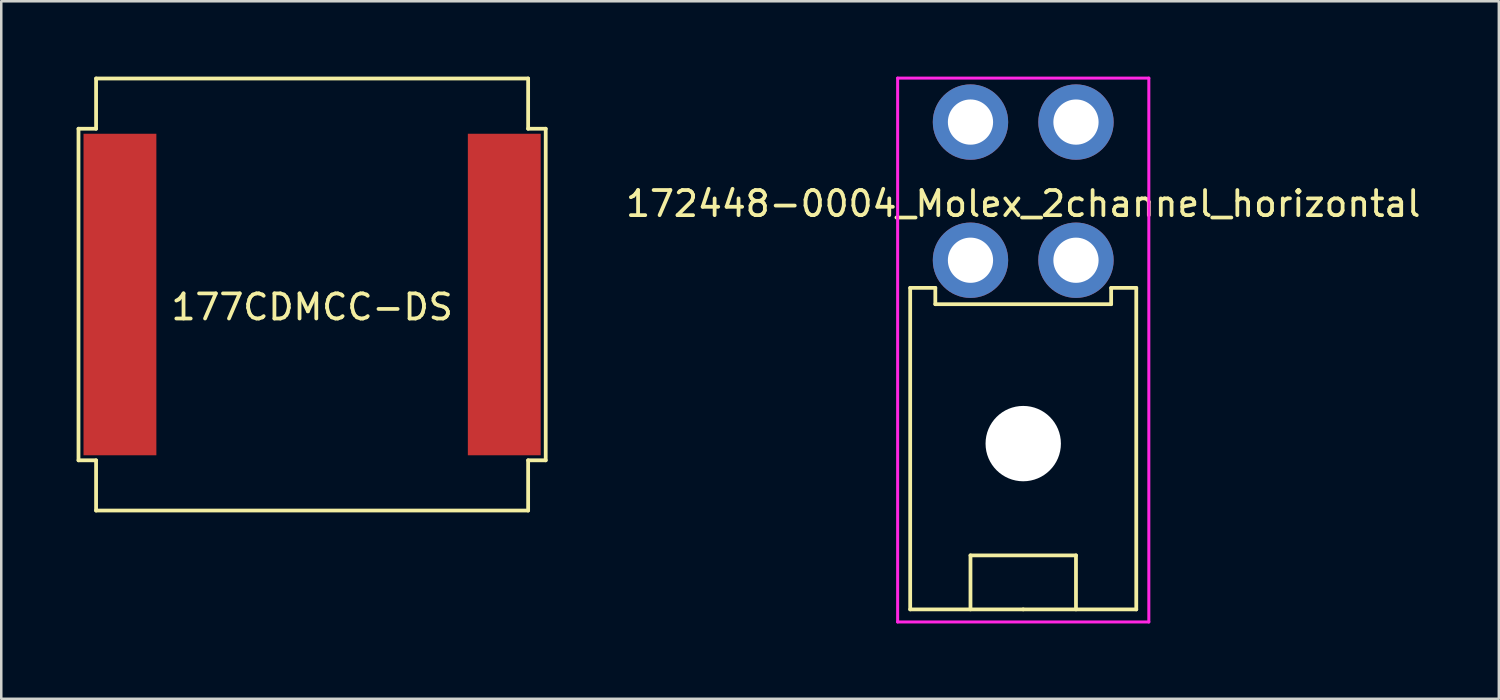
<source format=kicad_pcb>
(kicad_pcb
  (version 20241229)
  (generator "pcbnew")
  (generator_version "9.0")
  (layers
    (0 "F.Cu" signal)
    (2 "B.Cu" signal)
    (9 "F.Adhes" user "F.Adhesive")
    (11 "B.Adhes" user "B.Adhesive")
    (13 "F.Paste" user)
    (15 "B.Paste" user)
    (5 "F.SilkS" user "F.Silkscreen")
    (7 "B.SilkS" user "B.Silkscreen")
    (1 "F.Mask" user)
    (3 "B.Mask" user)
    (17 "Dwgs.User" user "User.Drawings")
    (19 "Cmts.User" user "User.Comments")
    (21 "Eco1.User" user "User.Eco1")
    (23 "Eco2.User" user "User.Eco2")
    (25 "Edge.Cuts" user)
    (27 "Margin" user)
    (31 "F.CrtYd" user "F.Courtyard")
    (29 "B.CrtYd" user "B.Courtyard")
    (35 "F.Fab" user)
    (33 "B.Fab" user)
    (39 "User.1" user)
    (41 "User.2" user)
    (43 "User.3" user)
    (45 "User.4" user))
  (footprint "177CDMCC-DS"
    (layer "F.Cu")
    (at 9.375 8.675)
    (property "Reference" "177CDMCC-DS" (at 0 0.5 0) (layer "F.SilkS") (effects (font (size 1 1) (thickness 0.15))))
    (attr through_hole)
    (fp_line (start -9.3 -6.6) (end -8.6 -6.6) (stroke (width 0.15) (type solid)) (layer "F.SilkS"))
    (fp_line (start -9.3 6.6) (end -9.3 -6.6) (stroke (width 0.15) (type solid)) (layer "F.SilkS"))
    (fp_line (start -8.6 -8.6) (end 8.6 -8.6) (stroke (width 0.15) (type solid)) (layer "F.SilkS"))
    (fp_line (start -8.6 -6.6) (end -8.6 -8.6) (stroke (width 0.15) (type solid)) (layer "F.SilkS"))
    (fp_line (start -8.6 6.6) (end -9.3 6.6) (stroke (width 0.15) (type solid)) (layer "F.SilkS"))
    (fp_line (start -8.6 8.6) (end -8.6 6.6) (stroke (width 0.15) (type solid)) (layer "F.SilkS"))
    (fp_line (start 8.6 -8.6) (end 8.6 -6.6) (stroke (width 0.15) (type solid)) (layer "F.SilkS"))
    (fp_line (start 8.6 -6.6) (end 9.3 -6.6) (stroke (width 0.15) (type solid)) (layer "F.SilkS"))
    (fp_line (start 8.6 6.6) (end 8.6 8.6) (stroke (width 0.15) (type solid)) (layer "F.SilkS"))
    (fp_line (start 8.6 8.6) (end -8.6 8.6) (stroke (width 0.15) (type solid)) (layer "F.SilkS"))
    (fp_line (start 9.3 -6.6) (end 9.3 6.6) (stroke (width 0.15) (type solid)) (layer "F.SilkS"))
    (fp_line (start 9.3 6.6) (end 8.6 6.6) (stroke (width 0.15) (type solid)) (layer "F.SilkS"))
    (pad "1" smd rect (at 7.65 0) (size 2.9 12.8) (layers "F.Cu" "F.Mask" "F.Paste"))
    (pad "2" smd rect (at -7.65 0) (size 2.9 12.8) (layers "F.Cu" "F.Mask" "F.Paste")))
  (footprint "172448-0004_Molex_2channel_horizontal"
    (layer "F.Cu")
    (at 37.685 4.56)
    (property "Reference" "172448-0004_Molex_2channel_horizontal" (at 0 0.5 0) (layer "F.SilkS") (effects (font (size 1 1) (thickness 0.15))))
    (attr through_hole)
    (fp_line (start -4.5 3.85) (end -4.5 16.65) (stroke (width 0.15) (type solid)) (layer "F.SilkS"))
    (fp_line (start -4.5 16.65) (end 0 16.65) (stroke (width 0.15) (type solid)) (layer "F.SilkS"))
    (fp_line (start -3.5 3.85) (end -4.5 3.85) (stroke (width 0.15) (type solid)) (layer "F.SilkS"))
    (fp_line (start -3.5 4.5) (end -3.5 3.85) (stroke (width 0.15) (type solid)) (layer "F.SilkS"))
    (fp_line (start -2.1 14.5) (end 2.1 14.5) (stroke (width 0.15) (type solid)) (layer "F.SilkS"))
    (fp_line (start -2.1 16.65) (end -2.1 14.5) (stroke (width 0.15) (type solid)) (layer "F.SilkS"))
    (fp_line (start 0 16.65) (end 4.5 16.65) (stroke (width 0.15) (type solid)) (layer "F.SilkS"))
    (fp_line (start 2.1 14.5) (end 2.1 16.65) (stroke (width 0.15) (type solid)) (layer "F.SilkS"))
    (fp_line (start 3.5 3.85) (end 3.5 4.5) (stroke (width 0.15) (type solid)) (layer "F.SilkS"))
    (fp_line (start 3.5 4.5) (end -3.5 4.5) (stroke (width 0.15) (type solid)) (layer "F.SilkS"))
    (fp_line (start 4.5 3.85) (end 3.5 3.85) (stroke (width 0.15) (type solid)) (layer "F.SilkS"))
    (fp_line (start 4.5 16.65) (end 4.5 3.85) (stroke (width 0.15) (type solid)) (layer "F.SilkS"))
    (fp_line (start -5 -4.5) (end -5 17.15) (stroke (width 0.12) (type solid)) (layer "F.CrtYd"))
    (fp_line (start -5 17.15) (end 5 17.15) (stroke (width 0.12) (type solid)) (layer "F.CrtYd"))
    (fp_line (start 5 -4.5) (end -5 -4.5) (stroke (width 0.12) (type solid)) (layer "F.CrtYd"))
    (fp_line (start 5 17.15) (end 5 -4.5) (stroke (width 0.12) (type solid)) (layer "F.CrtYd"))
    (pad "" np_thru_hole circle (at 0 10.05) (size 3 3) (drill 3) (layers "*.Cu" "*.Mask"))
    (pad "1" thru_hole circle (at -2.1 -2.75) (size 3 3) (drill 1.8) (layers "*.Cu" "*.Mask"))
    (pad "1" thru_hole circle (at -2.1 2.75) (size 3 3) (drill 1.8) (layers "*.Cu" "*.Mask"))
    (pad "2" thru_hole circle (at 2.1 -2.75) (size 3 3) (drill 1.8) (layers "*.Cu" "*.Mask"))
    (pad "2" thru_hole circle (at 2.1 2.75) (size 3 3) (drill 1.8) (layers "*.Cu" "*.Mask")))
  (gr_rect
    (start -3 -3)
    (end 56.619 24.77)
    (stroke (width 0.1) (type default))
    (fill no)
    (layer "Edge.Cuts")))
</source>
